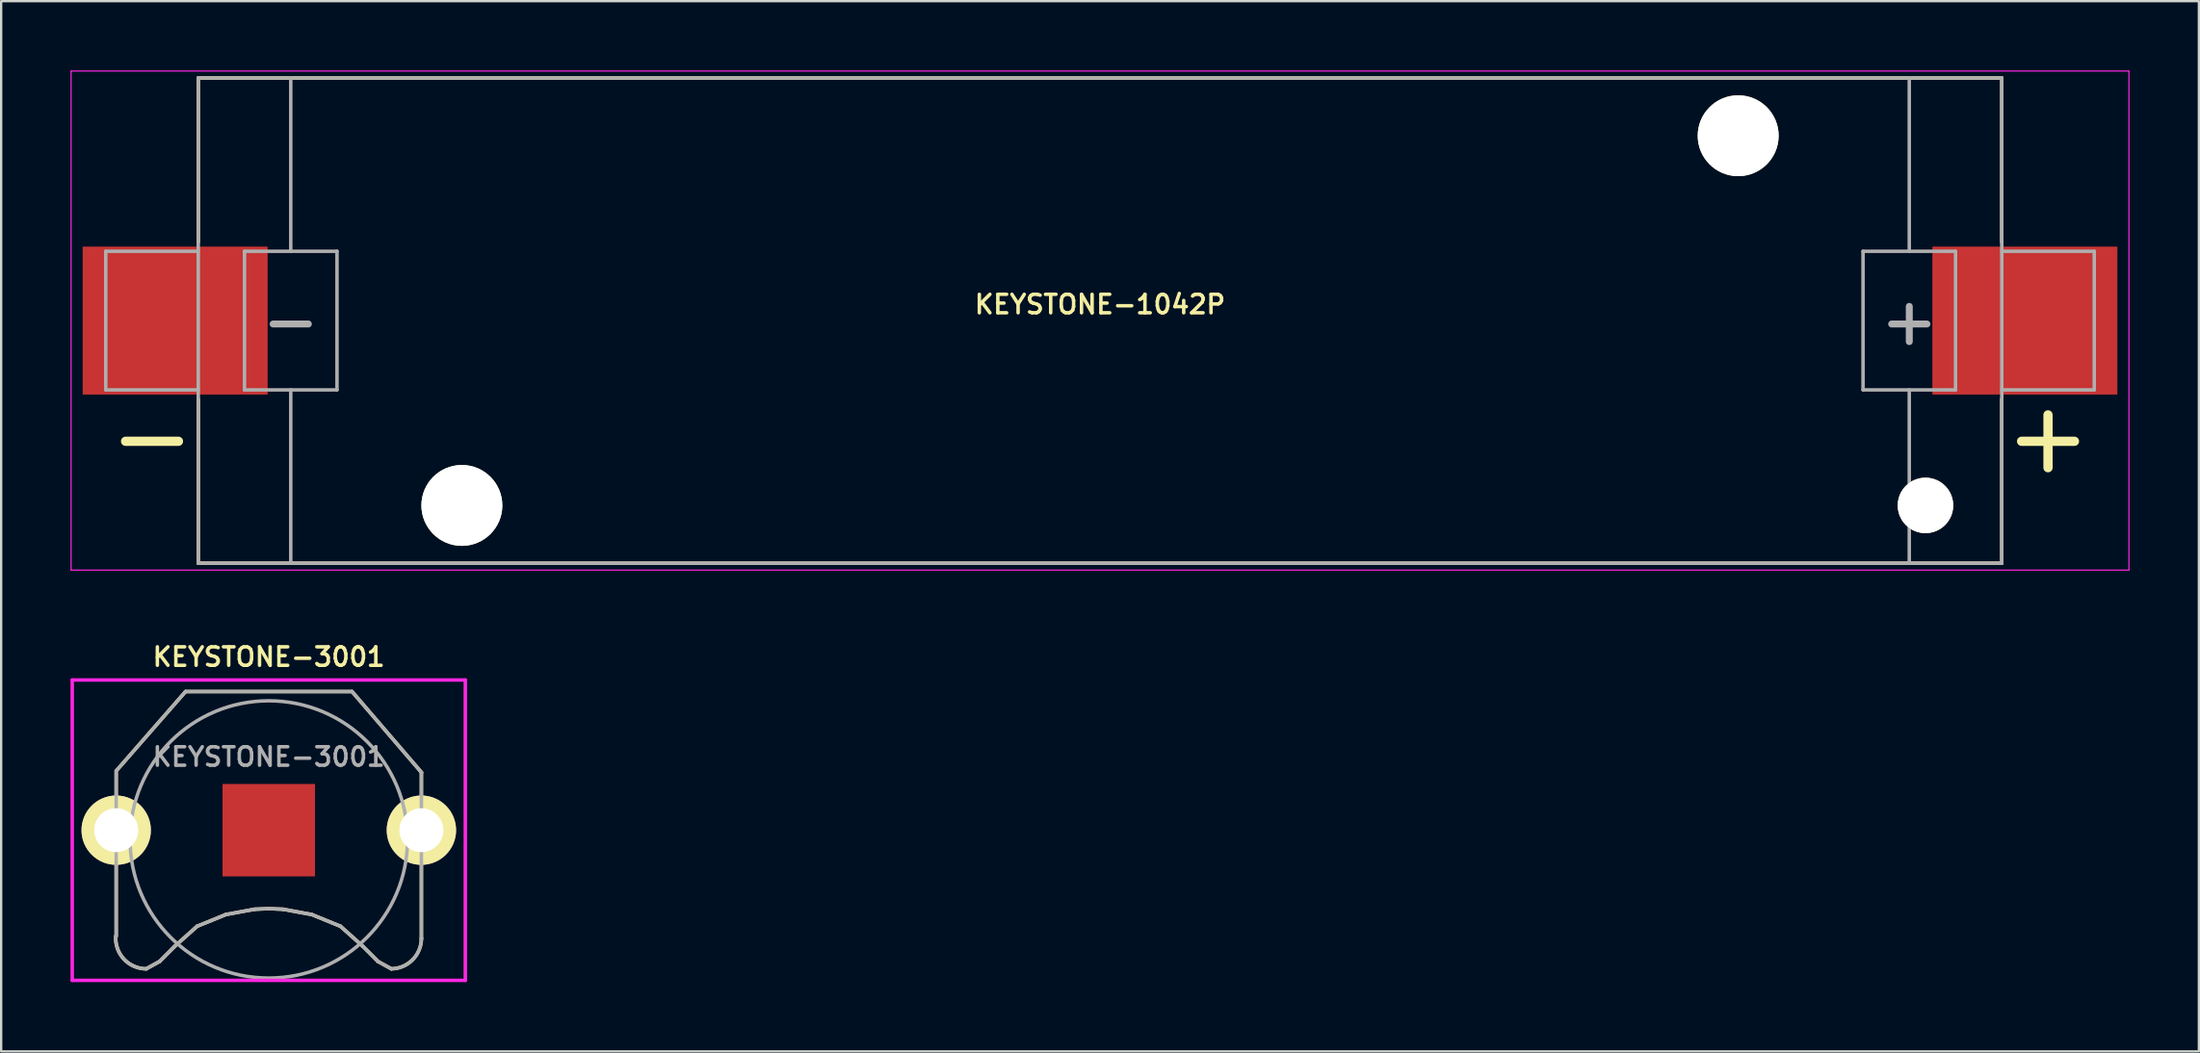
<source format=kicad_pcb>
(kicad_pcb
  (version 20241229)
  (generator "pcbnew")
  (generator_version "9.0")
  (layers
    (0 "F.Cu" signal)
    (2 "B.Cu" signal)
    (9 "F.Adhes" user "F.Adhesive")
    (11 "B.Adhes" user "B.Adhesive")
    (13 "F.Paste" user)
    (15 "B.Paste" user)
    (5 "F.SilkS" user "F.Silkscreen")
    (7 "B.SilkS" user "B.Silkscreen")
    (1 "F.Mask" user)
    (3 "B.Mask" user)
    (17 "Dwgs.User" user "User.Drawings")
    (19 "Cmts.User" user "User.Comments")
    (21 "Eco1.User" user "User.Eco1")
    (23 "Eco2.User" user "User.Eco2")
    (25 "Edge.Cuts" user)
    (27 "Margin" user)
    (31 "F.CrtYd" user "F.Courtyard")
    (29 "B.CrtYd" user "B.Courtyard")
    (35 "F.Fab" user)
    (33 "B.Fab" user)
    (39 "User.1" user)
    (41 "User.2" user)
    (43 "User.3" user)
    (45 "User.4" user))
  (footprint "KEYSTONE-1042P"
    (layer "F.Cu")
    (at 44.525 10.825)
    (property "Reference" "KEYSTONE-1042P" (at 0 -0.7 0) (layer "F.SilkS") (effects (font (size 0.8 0.8) (thickness 0.15))))
    (attr smd)
    (fp_line (start -39 -10.5) (end -39 -3.4) (stroke (width 0.15) (type solid)) (layer "F.SilkS"))
    (fp_line (start -39 -10.5) (end 39 -10.5) (stroke (width 0.15) (type solid)) (layer "F.SilkS"))
    (fp_line (start -39 3.4) (end -39 10.5) (stroke (width 0.15) (type solid)) (layer "F.SilkS"))
    (fp_line (start -39 10.5) (end 39 10.5) (stroke (width 0.15) (type solid)) (layer "F.SilkS"))
    (fp_line (start 39 -3.4) (end 39 -10.5) (stroke (width 0.15) (type solid)) (layer "F.SilkS"))
    (fp_line (start 39 3.4) (end 39 10.5) (stroke (width 0.15) (type solid)) (layer "F.SilkS"))
    (fp_line (start -44.5 -10.8) (end 44.5 -10.8) (stroke (width 0.05) (type solid)) (layer "F.CrtYd"))
    (fp_line (start -44.5 10.8) (end -44.5 -10.8) (stroke (width 0.05) (type solid)) (layer "F.CrtYd"))
    (fp_line (start 44.5 -10.8) (end 44.5 10.8) (stroke (width 0.05) (type solid)) (layer "F.CrtYd"))
    (fp_line (start 44.5 10.8) (end -44.5 10.8) (stroke (width 0.05) (type solid)) (layer "F.CrtYd"))
    (fp_line (start -43 -3) (end -43 3) (stroke (width 0.15) (type solid)) (layer "F.Fab"))
    (fp_line (start -43 3) (end -39 3) (stroke (width 0.15) (type solid)) (layer "F.Fab"))
    (fp_line (start -39 -10.5) (end -39 10.5) (stroke (width 0.15) (type solid)) (layer "F.Fab"))
    (fp_line (start -39 -10.5) (end 39 -10.5) (stroke (width 0.15) (type solid)) (layer "F.Fab"))
    (fp_line (start -39 -3) (end -43 -3) (stroke (width 0.15) (type solid)) (layer "F.Fab"))
    (fp_line (start -39 10.5) (end 39 10.5) (stroke (width 0.15) (type solid)) (layer "F.Fab"))
    (fp_line (start -37 -3) (end -37 3) (stroke (width 0.15) (type solid)) (layer "F.Fab"))
    (fp_line (start -37 -3) (end -33 -3) (stroke (width 0.15) (type solid)) (layer "F.Fab"))
    (fp_line (start -35 -10.5) (end -35 -3) (stroke (width 0.15) (type solid)) (layer "F.Fab"))
    (fp_line (start -35 3) (end -35 10.5) (stroke (width 0.15) (type solid)) (layer "F.Fab"))
    (fp_line (start -33 -3) (end -33 3) (stroke (width 0.15) (type solid)) (layer "F.Fab"))
    (fp_line (start -33 3) (end -37 3) (stroke (width 0.15) (type solid)) (layer "F.Fab"))
    (fp_line (start 33 -3) (end 33 3) (stroke (width 0.15) (type solid)) (layer "F.Fab"))
    (fp_line (start 33 -3) (end 37 -3) (stroke (width 0.15) (type solid)) (layer "F.Fab"))
    (fp_line (start 35 -10.5) (end 35 -3) (stroke (width 0.15) (type solid)) (layer "F.Fab"))
    (fp_line (start 35 3) (end 35 10.5) (stroke (width 0.15) (type solid)) (layer "F.Fab"))
    (fp_line (start 37 -3) (end 37 3) (stroke (width 0.15) (type solid)) (layer "F.Fab"))
    (fp_line (start 37 3) (end 33 3) (stroke (width 0.15) (type solid)) (layer "F.Fab"))
    (fp_line (start 39 -10.5) (end 39 10.5) (stroke (width 0.15) (type solid)) (layer "F.Fab"))
    (fp_line (start 39 -3) (end 43 -3) (stroke (width 0.15) (type solid)) (layer "F.Fab"))
    (fp_line (start 43 -3) (end 43 3) (stroke (width 0.15) (type solid)) (layer "F.Fab"))
    (fp_line (start 43 3) (end 39 3) (stroke (width 0.15) (type solid)) (layer "F.Fab"))
    (fp_text user "-" (at -41 5 0) (layer "F.SilkS") (effects (font (size 3 3) (thickness 0.4))))
    (fp_text user "+" (at 41 5 0) (layer "F.SilkS") (effects (font (size 3 3) (thickness 0.4))))
    (fp_text user "-" (at -35 0 0) (layer "F.Fab") (effects (font (size 2 2) (thickness 0.3))))
    (fp_text user "+" (at 35 0 0) (layer "F.Fab") (effects (font (size 2 2) (thickness 0.3))))
    (pad "" np_thru_hole circle (at -27.6 8) (size 3.5 3.5) (drill 3.5) (layers "*.Cu" "*.Mask" "F.SilkS"))
    (pad "" np_thru_hole circle (at 27.6 -8) (size 3.5 3.5) (drill 3.5) (layers "*.Cu" "*.Mask" "F.SilkS"))
    (pad "" np_thru_hole circle (at 35.7 8) (size 2.4 2.4) (drill 2.4) (layers "*.Cu" "*.Mask" "F.SilkS"))
    (pad "1" smd rect (at 40 0) (size 8 6.4) (layers "F.Cu" "F.Mask" "F.Paste"))
    (pad "2" smd rect (at -40 0) (size 8 6.4) (layers "F.Cu" "F.Mask" "F.Paste")))
  (footprint "KEYSTONE-3001"
    (layer "F.Cu")
    (at 8.575 32.881)
    (property "Reference" "KEYSTONE-3001" (at 0 -7.5 0) (layer "F.SilkS") (effects (font (size 0.8 0.8) (thickness 0.15))))
    (attr through_hole)
    (fp_line (start -6.6 -2.5) (end -6.6 4.6) (stroke (width 0.15) (type solid)) (layer "F.SilkS"))
    (fp_line (start -5.3 6) (end -4.724 5.682) (stroke (width 0.15) (type solid)) (layer "F.SilkS"))
    (fp_line (start -4.064 5.021) (end -4.724 5.682) (stroke (width 0.15) (type solid)) (layer "F.SilkS"))
    (fp_line (start -3.6 -6) (end -6.604 -2.56) (stroke (width 0.15) (type solid)) (layer "F.SilkS"))
    (fp_line (start -3.6 -6) (end 3.6 -6) (stroke (width 0.15) (type solid)) (layer "F.SilkS"))
    (fp_line (start -3.099 4.158) (end -4.064 5.021) (stroke (width 0.15) (type solid)) (layer "F.SilkS"))
    (fp_line (start -3.099 4.158) (end -1.854 3.65) (stroke (width 0.15) (type solid)) (layer "F.SilkS"))
    (fp_line (start -1.854 3.65) (end -0.61 3.421) (stroke (width 0.15) (type solid)) (layer "F.SilkS"))
    (fp_line (start -0.61 3.421) (end 0 3.396) (stroke (width 0.15) (type solid)) (layer "F.SilkS"))
    (fp_line (start 0 3.396) (end 0.61 3.421) (stroke (width 0.15) (type solid)) (layer "F.SilkS"))
    (fp_line (start 0.61 3.421) (end 1.854 3.65) (stroke (width 0.15) (type solid)) (layer "F.SilkS"))
    (fp_line (start 1.854 3.65) (end 3.099 4.158) (stroke (width 0.15) (type solid)) (layer "F.SilkS"))
    (fp_line (start 3.099 4.158) (end 4.064 5.021) (stroke (width 0.15) (type solid)) (layer "F.SilkS"))
    (fp_line (start 3.6 -6) (end 6.604 -2.5) (stroke (width 0.15) (type solid)) (layer "F.SilkS"))
    (fp_line (start 4.064 5.021) (end 4.724 5.682) (stroke (width 0.15) (type solid)) (layer "F.SilkS"))
    (fp_line (start 4.724 5.682) (end 5.3 6) (stroke (width 0.15) (type solid)) (layer "F.SilkS"))
    (fp_line (start 6.6 -2.5) (end 6.6 4.7) (stroke (width 0.15) (type solid)) (layer "F.SilkS"))
    (fp_arc (start -5.3 6) (mid -6.266758 5.57914) (end -6.61742 4.584766) (stroke (width 0.15) (type solid)) (layer "F.SilkS"))
    (fp_arc (start 6.601003 4.679348) (mid 6.221456 5.605931) (end 5.300949 5.999985) (stroke (width 0.15) (type solid)) (layer "F.SilkS"))
    (fp_line (start -8.5 -6.5) (end -8.5 6.5) (stroke (width 0.15) (type solid)) (layer "F.CrtYd"))
    (fp_line (start -8.5 6.5) (end 8.5 6.5) (stroke (width 0.15) (type solid)) (layer "F.CrtYd"))
    (fp_line (start 8.5 -6.5) (end -8.5 -6.5) (stroke (width 0.15) (type solid)) (layer "F.CrtYd"))
    (fp_line (start 8.5 6.5) (end 8.5 -6.5) (stroke (width 0.15) (type solid)) (layer "F.CrtYd"))
    (fp_line (start -6.6 -2.5) (end -6.6 4.6) (stroke (width 0.15) (type solid)) (layer "F.Fab"))
    (fp_line (start -5.3 6) (end -4.724 5.682) (stroke (width 0.15) (type solid)) (layer "F.Fab"))
    (fp_line (start -4.064 5.021) (end -4.724 5.682) (stroke (width 0.15) (type solid)) (layer "F.Fab"))
    (fp_line (start -3.6 -6) (end -6.604 -2.56) (stroke (width 0.15) (type solid)) (layer "F.Fab"))
    (fp_line (start -3.6 -6) (end 3.6 -6) (stroke (width 0.15) (type solid)) (layer "F.Fab"))
    (fp_line (start -3.099 4.158) (end -4.064 5.021) (stroke (width 0.15) (type solid)) (layer "F.Fab"))
    (fp_line (start -3.099 4.158) (end -1.854 3.65) (stroke (width 0.15) (type solid)) (layer "F.Fab"))
    (fp_line (start -1.854 3.65) (end -0.61 3.421) (stroke (width 0.15) (type solid)) (layer "F.Fab"))
    (fp_line (start -0.61 3.421) (end 0 3.396) (stroke (width 0.15) (type solid)) (layer "F.Fab"))
    (fp_line (start 0 3.396) (end 0.61 3.421) (stroke (width 0.15) (type solid)) (layer "F.Fab"))
    (fp_line (start 0.61 3.421) (end 1.854 3.65) (stroke (width 0.15) (type solid)) (layer "F.Fab"))
    (fp_line (start 1.854 3.65) (end 3.099 4.158) (stroke (width 0.15) (type solid)) (layer "F.Fab"))
    (fp_line (start 3.099 4.158) (end 4.064 5.021) (stroke (width 0.15) (type solid)) (layer "F.Fab"))
    (fp_line (start 3.6 -6) (end 6.604 -2.5) (stroke (width 0.15) (type solid)) (layer "F.Fab"))
    (fp_line (start 4.064 5.021) (end 4.724 5.682) (stroke (width 0.15) (type solid)) (layer "F.Fab"))
    (fp_line (start 4.724 5.682) (end 5.3 6) (stroke (width 0.15) (type solid)) (layer "F.Fab"))
    (fp_line (start 6.6 -2.5) (end 6.6 4.7) (stroke (width 0.15) (type solid)) (layer "F.Fab"))
    (fp_arc (start -5.3 6) (mid -6.266758 5.57914) (end -6.61742 4.584766) (stroke (width 0.15) (type solid)) (layer "F.Fab"))
    (fp_arc (start 6.601003 4.679348) (mid 6.221456 5.605931) (end 5.300949 5.999985) (stroke (width 0.15) (type solid)) (layer "F.Fab"))
    (fp_circle (center 0 0.4) (end 6 0.4) (stroke (width 0.15) (type solid)) (fill no) (layer "F.Fab"))
    (fp_text user "${REFERENCE}" (at 0 -3.175 0) (layer "F.Fab") (effects (font (size 0.8 0.8) (thickness 0.15))))
    (pad "1" thru_hole circle (at -6.6 0) (size 3 3) (drill 1.9) (layers "*.Cu" "*.Mask" "F.SilkS"))
    (pad "1" thru_hole circle (at 6.6 0) (size 3 3) (drill 1.9) (layers "*.Cu" "*.Mask" "F.SilkS"))
    (pad "2" smd rect (at 0 0) (size 4 4) (layers "F.Cu" "F.Mask" "F.Paste")))
  (gr_rect
    (start -3 -3)
    (end 92.05 42.456)
    (stroke (width 0.1) (type default))
    (fill no)
    (layer "Edge.Cuts")))
</source>
